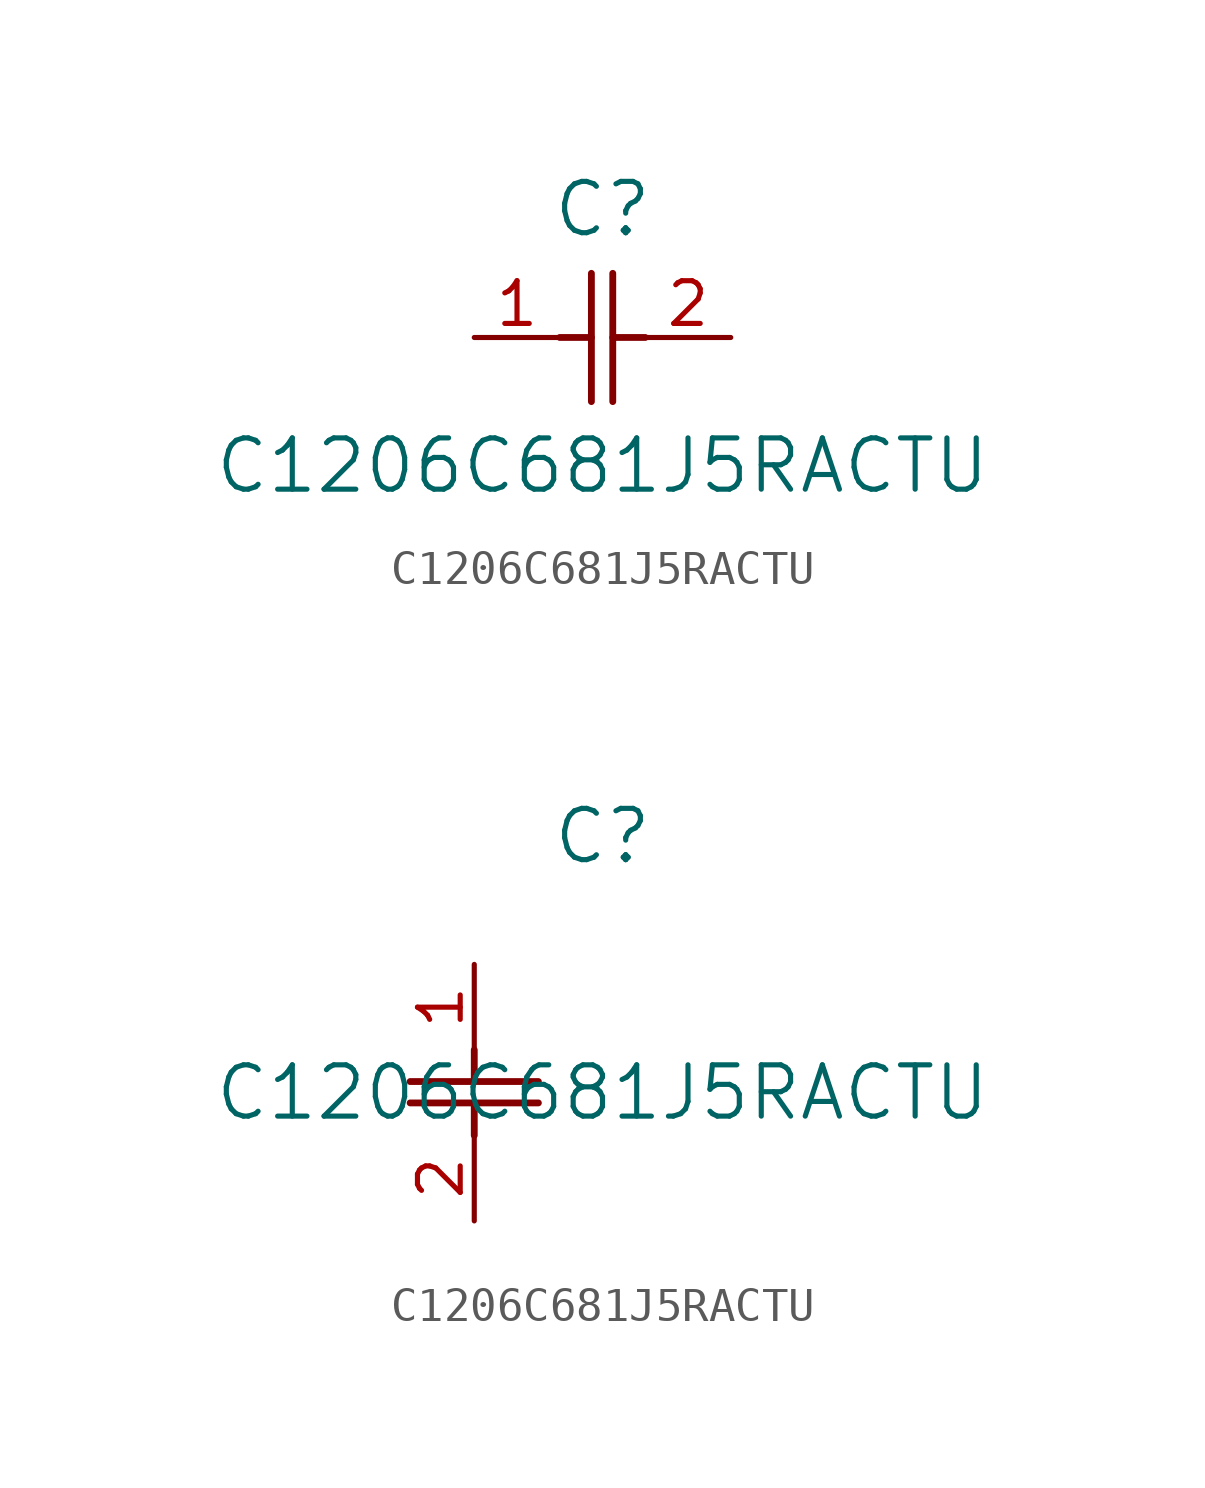
<source format=kicad_sym>
(kicad_symbol_lib
  (version 20211014)
  (generator kicad_symbol_editor)
  (symbol "C1206C681J5RACTU"
    (pin_names
      (offset 0.254))
    (property "Reference" "C"
      (at 3.81 3.81 0)
      (effects (font (size 1.524 1.524))))
    (property "Value" "C1206C681J5RACTU"
      (at 3.81 -3.81 0)
      (effects (font (size 1.524 1.524))))
    (symbol "C1206C681J5RACTU_1_1"
      (polyline (pts (xy 3.48 -1.905) (xy 3.48 1.905)) (stroke (width 0.203) (type default) (color 0 0 0 0)) (fill (type none)))
      (polyline (pts (xy 4.115 -1.905) (xy 4.115 1.905)) (stroke (width 0.203) (type default) (color 0 0 0 0)) (fill (type none)))
      (polyline (pts (xy 4.115 0) (xy 5.08 0)) (stroke (width 0.203) (type default) (color 0 0 0 0)) (fill (type none)))
      (polyline (pts (xy 2.54 0) (xy 3.48 0)) (stroke (width 0.203) (type default) (color 0 0 0 0)) (fill (type none)))
      (pin unspecified line (at 0 0 0) (length 2.54) (name "" (effects (font (size 1.27 1.27)))) (number "1" (effects (font (size 1.27 1.27)))))
      (pin unspecified line (at 7.62 0 180) (length 2.54) (name "" (effects (font (size 1.27 1.27)))) (number "2" (effects (font (size 1.27 1.27))))))
    (symbol "C1206C681J5RACTU_1_2"
      (polyline (pts (xy -1.905 -3.48) (xy 1.905 -3.48)) (stroke (width 0.203) (type default) (color 0 0 0 0)) (fill (type none)))
      (polyline (pts (xy -1.905 -4.115) (xy 1.905 -4.115)) (stroke (width 0.203) (type default) (color 0 0 0 0)) (fill (type none)))
      (polyline (pts (xy 0 -4.115) (xy 0 -5.08)) (stroke (width 0.203) (type default) (color 0 0 0 0)) (fill (type none)))
      (polyline (pts (xy 0 -2.54) (xy 0 -3.48)) (stroke (width 0.203) (type default) (color 0 0 0 0)) (fill (type none)))
      (pin unspecified line (at 0 0 270) (length 2.54) (name "" (effects (font (size 1.27 1.27)))) (number "1" (effects (font (size 1.27 1.27)))))
      (pin unspecified line (at 0 -7.62 90) (length 2.54) (name "" (effects (font (size 1.27 1.27)))) (number "2" (effects (font (size 1.27 1.27))))))))
</source>
